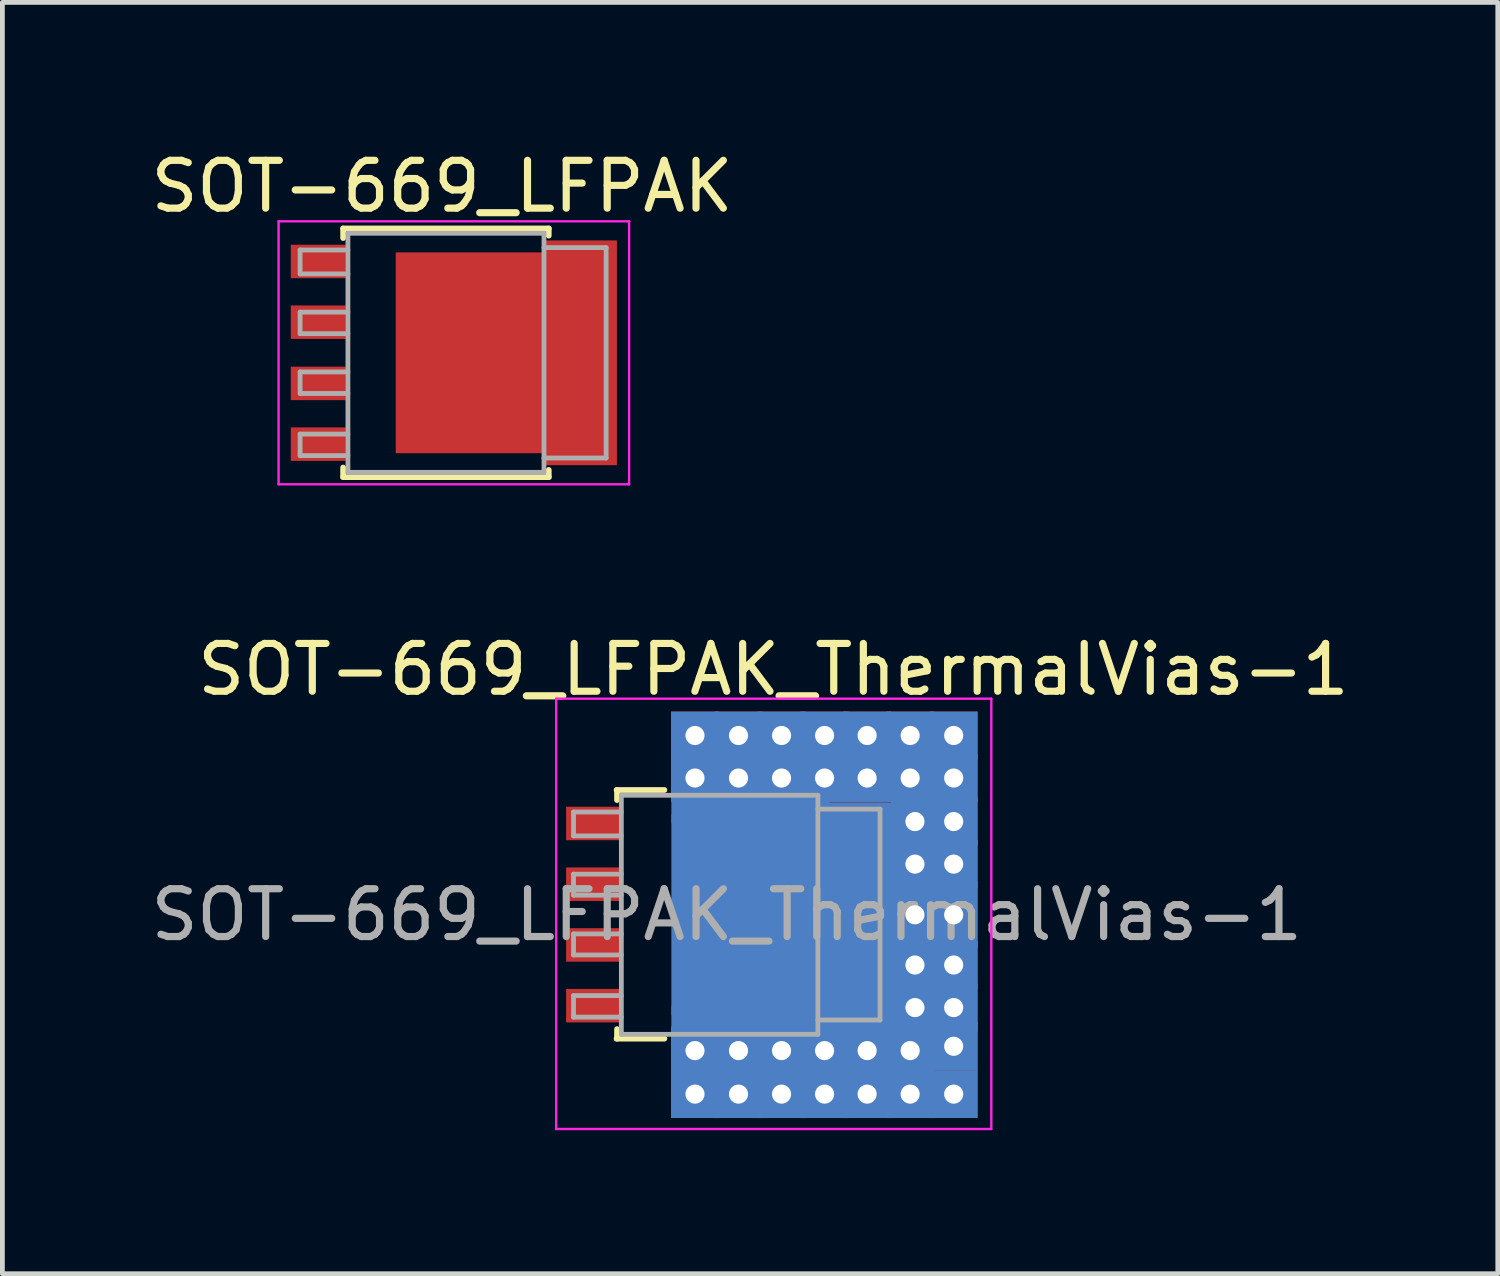
<source format=kicad_pcb>
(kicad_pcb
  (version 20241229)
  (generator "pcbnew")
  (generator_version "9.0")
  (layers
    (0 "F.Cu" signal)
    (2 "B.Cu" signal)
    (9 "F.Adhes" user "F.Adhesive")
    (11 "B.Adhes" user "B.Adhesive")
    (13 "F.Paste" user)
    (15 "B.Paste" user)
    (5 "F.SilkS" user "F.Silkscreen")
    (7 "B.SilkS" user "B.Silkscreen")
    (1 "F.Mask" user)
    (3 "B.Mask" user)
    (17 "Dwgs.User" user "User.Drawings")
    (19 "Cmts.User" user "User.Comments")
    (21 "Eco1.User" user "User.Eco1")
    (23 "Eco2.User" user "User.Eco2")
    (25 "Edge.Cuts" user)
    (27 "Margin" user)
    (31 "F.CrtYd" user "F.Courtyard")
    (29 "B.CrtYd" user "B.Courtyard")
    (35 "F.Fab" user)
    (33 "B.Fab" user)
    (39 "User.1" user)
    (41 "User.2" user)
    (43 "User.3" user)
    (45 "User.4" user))
  (footprint "SOT-669_LFPAK_ThermalVias-1"
    (layer "F.Cu")
    (at 12.199 16.081)
    (property "Reference" "SOT-669_LFPAK_ThermalVias-1" (at 0.925 -5.13 0) (layer "F.SilkS") (effects (font (size 1 1) (thickness 0.15))))
    (attr smd)
    (fp_line (start -2.355 -2.61) (end -1.355 -2.61) (stroke (width 0.12) (type solid)) (layer "F.SilkS"))
    (fp_line (start -2.355 2.59) (end -1.355 2.59) (stroke (width 0.12) (type solid)) (layer "F.SilkS"))
    (fp_line (start -2.345 -2.61) (end -2.345 -2.4) (stroke (width 0.12) (type solid)) (layer "F.SilkS"))
    (fp_line (start -2.345 2.39) (end -2.345 2.59) (stroke (width 0.12) (type solid)) (layer "F.SilkS"))
    (fp_line (start -3.618 4.48) (end -3.618 -4.52) (stroke (width 0.05) (type solid)) (layer "F.CrtYd"))
    (fp_line (start -3.618 4.48) (end 5.482 4.48) (stroke (width 0.05) (type solid)) (layer "F.CrtYd"))
    (fp_line (start 5.482 -4.52) (end -3.618 -4.52) (stroke (width 0.05) (type solid)) (layer "F.CrtYd"))
    (fp_line (start 5.482 -4.52) (end 5.482 4.48) (stroke (width 0.05) (type solid)) (layer "F.CrtYd"))
    (fp_line (start -3.255 -2.15) (end -3.255 -1.65) (stroke (width 0.1) (type solid)) (layer "F.Fab"))
    (fp_line (start -3.255 -2.15) (end -2.255 -2.15) (stroke (width 0.1) (type solid)) (layer "F.Fab"))
    (fp_line (start -3.255 -1.65) (end -2.255 -1.65) (stroke (width 0.1) (type solid)) (layer "F.Fab"))
    (fp_line (start -3.255 -0.85) (end -3.255 -0.41) (stroke (width 0.1) (type solid)) (layer "F.Fab"))
    (fp_line (start -3.255 -0.41) (end -2.255 -0.41) (stroke (width 0.1) (type solid)) (layer "F.Fab"))
    (fp_line (start -3.255 0.4) (end -3.255 0.84) (stroke (width 0.1) (type solid)) (layer "F.Fab"))
    (fp_line (start -3.255 0.84) (end -2.255 0.84) (stroke (width 0.1) (type solid)) (layer "F.Fab"))
    (fp_line (start -3.255 1.69) (end -3.255 2.14) (stroke (width 0.1) (type solid)) (layer "F.Fab"))
    (fp_line (start -3.255 2.14) (end -2.255 2.14) (stroke (width 0.1) (type solid)) (layer "F.Fab"))
    (fp_line (start -2.255 -2.5) (end -2.255 2.5) (stroke (width 0.1) (type solid)) (layer "F.Fab"))
    (fp_line (start -2.255 -0.85) (end -3.255 -0.85) (stroke (width 0.1) (type solid)) (layer "F.Fab"))
    (fp_line (start -2.255 0.4) (end -3.255 0.4) (stroke (width 0.1) (type solid)) (layer "F.Fab"))
    (fp_line (start -2.255 1.69) (end -3.255 1.69) (stroke (width 0.1) (type solid)) (layer "F.Fab"))
    (fp_line (start -2.255 2.5) (end 1.855 2.5) (stroke (width 0.1) (type solid)) (layer "F.Fab"))
    (fp_line (start 1.855 -2.5) (end -2.255 -2.5) (stroke (width 0.1) (type solid)) (layer "F.Fab"))
    (fp_line (start 1.855 2.5) (end 1.855 -2.5) (stroke (width 0.1) (type solid)) (layer "F.Fab"))
    (fp_line (start 3.155 -2.21) (end 1.855 -2.21) (stroke (width 0.1) (type solid)) (layer "F.Fab"))
    (fp_line (start 3.155 -2.21) (end 3.155 2.2) (stroke (width 0.1) (type solid)) (layer "F.Fab"))
    (fp_line (start 3.155 2.2) (end 1.855 2.2) (stroke (width 0.1) (type solid)) (layer "F.Fab"))
    (fp_text user "${REFERENCE}" (at -0.05 0 0) (layer "F.Fab") (effects (font (size 1 1) (thickness 0.15))))
    (pad "1" smd rect (at -2.835 -1.91 270) (size 0.7 1.15) (layers "F.Cu" "F.Mask" "F.Paste"))
    (pad "2" smd rect (at -2.835 -0.64 270) (size 0.7 1.15) (layers "F.Cu" "F.Mask" "F.Paste"))
    (pad "3" smd rect (at -2.835 0.63 270) (size 0.7 1.15) (layers "F.Cu" "F.Mask" "F.Paste"))
    (pad "4" smd rect (at -2.835 1.9 270) (size 0.7 1.15) (layers "F.Cu" "F.Mask" "F.Paste"))
    (pad "5" thru_hole rect (at -0.715 -3.75 270) (size 1 1) (drill 0.4) (layers "*.Cu" "*.Mask"))
    (pad "5" thru_hole rect (at -0.715 -2.86 270) (size 1 1) (drill 0.4) (layers "*.Cu" "*.Mask"))
    (pad "5" thru_hole rect (at -0.715 2.84 270) (size 1 1) (drill 0.4) (layers "*.Cu" "*.Mask"))
    (pad "5" thru_hole rect (at -0.715 3.75 270) (size 1 1) (drill 0.4) (layers "*.Cu" "*.Mask"))
    (pad "5" smd rect (at -0.655 -1.15) (size 0.6 0.9) (layers "F.Cu" "F.Mask" "F.Paste"))
    (pad "5" smd rect (at -0.655 0) (size 0.6 0.9) (layers "F.Cu" "F.Mask" "F.Paste"))
    (pad "5" smd rect (at -0.655 1.14) (size 0.6 0.9) (layers "F.Cu" "F.Mask" "F.Paste"))
    (pad "5" thru_hole rect (at 0.195 -3.75 270) (size 1 1) (drill 0.4) (layers "*.Cu" "*.Mask"))
    (pad "5" thru_hole rect (at 0.195 -2.86 270) (size 1 1) (drill 0.4) (layers "*.Cu" "*.Mask"))
    (pad "5" smd rect (at 0.195 -1.15) (size 0.6 0.9) (layers "F.Cu" "F.Mask" "F.Paste"))
    (pad "5" smd rect (at 0.195 0) (size 0.6 0.9) (layers "F.Cu" "F.Mask" "F.Paste"))
    (pad "5" smd rect (at 0.195 1.14) (size 0.6 0.9) (layers "F.Cu" "F.Mask" "F.Paste"))
    (pad "5" thru_hole rect (at 0.195 2.84 270) (size 1 1) (drill 0.4) (layers "*.Cu" "*.Mask"))
    (pad "5" thru_hole rect (at 0.195 3.75 270) (size 1 1) (drill 0.4) (layers "*.Cu" "*.Mask"))
    (pad "5" smd rect (at 0.445 -2.21 270) (size 0.6 3.3) (layers "F.Cu" "F.Mask" "F.Paste"))
    (pad "5" smd rect (at 0.445 -2.21 270) (size 0.6 3.3) (layers "B.Cu" "B.Mask" "B.Paste"))
    (pad "5" smd rect (at 0.445 0 270) (size 4.2 3.3) (layers "F.Cu" "F.Mask" "F.Paste"))
    (pad "5" smd rect (at 0.445 0 270) (size 4.2 3.3) (layers "B.Cu" "B.Mask" "B.Paste"))
    (pad "5" smd rect (at 0.445 2.2 270) (size 0.6 3.3) (layers "F.Cu" "F.Mask" "F.Paste"))
    (pad "5" smd rect (at 0.445 2.2 270) (size 0.6 3.3) (layers "B.Cu" "B.Mask" "B.Paste"))
    (pad "5" smd rect (at 1.045 -1.15) (size 0.6 0.9) (layers "F.Cu" "F.Mask" "F.Paste"))
    (pad "5" smd rect (at 1.045 0) (size 0.6 0.9) (layers "F.Cu" "F.Mask" "F.Paste"))
    (pad "5" smd rect (at 1.045 1.14) (size 0.6 0.9) (layers "F.Cu" "F.Mask" "F.Paste"))
    (pad "5" thru_hole rect (at 1.095 -3.75 270) (size 1 1) (drill 0.4) (layers "*.Cu" "*.Mask"))
    (pad "5" thru_hole rect (at 1.095 -2.86 270) (size 1 1) (drill 0.4) (layers "*.Cu" "*.Mask"))
    (pad "5" thru_hole rect (at 1.095 2.84 270) (size 1 1) (drill 0.4) (layers "*.Cu" "*.Mask"))
    (pad "5" thru_hole rect (at 1.095 3.75 270) (size 1 1) (drill 0.4) (layers "*.Cu" "*.Mask"))
    (pad "5" smd rect (at 1.745 -2.25 270) (size 0.5 0.5) (layers "F.Cu" "F.Mask" "F.Paste"))
    (pad "5" smd rect (at 1.745 2.25 270) (size 0.5 0.5) (layers "F.Cu" "F.Mask" "F.Paste"))
    (pad "5" thru_hole rect (at 1.995 -3.75 270) (size 1 1) (drill 0.4) (layers "*.Cu" "*.Mask"))
    (pad "5" thru_hole rect (at 1.995 -2.86 270) (size 1 1) (drill 0.4) (layers "*.Cu" "*.Mask"))
    (pad "5" thru_hole rect (at 1.995 2.84 270) (size 1 1) (drill 0.4) (layers "*.Cu" "*.Mask"))
    (pad "5" thru_hole rect (at 1.995 3.75 270) (size 1 1) (drill 0.4) (layers "*.Cu" "*.Mask"))
    (pad "5" smd rect (at 2.635 0 270) (size 4.7 1.55) (layers "F.Cu" "F.Mask" "F.Paste"))
    (pad "5" smd rect (at 2.635 0 270) (size 4.7 1.55) (layers "B.Cu" "B.Mask" "B.Paste"))
    (pad "5" thru_hole rect (at 2.885 -3.75 270) (size 1 1) (drill 0.4) (layers "*.Cu" "*.Mask"))
    (pad "5" thru_hole rect (at 2.885 -2.86 270) (size 1 1) (drill 0.4) (layers "*.Cu" "*.Mask"))
    (pad "5" smd rect (at 2.885 -1.88 270) (size 0.6 0.9) (layers "F.Cu" "F.Mask" "F.Paste"))
    (pad "5" smd rect (at 2.885 -0.6 270) (size 0.6 0.9) (layers "F.Cu" "F.Mask" "F.Paste"))
    (pad "5" smd rect (at 2.885 0.59 270) (size 0.6 0.9) (layers "F.Cu" "F.Mask" "F.Paste"))
    (pad "5" smd rect (at 2.885 1.87 270) (size 0.6 0.9) (layers "F.Cu" "F.Mask" "F.Paste"))
    (pad "5" thru_hole rect (at 2.885 2.84 270) (size 1 1) (drill 0.4) (layers "*.Cu" "*.Mask"))
    (pad "5" thru_hole rect (at 2.885 3.75 270) (size 1 1) (drill 0.4) (layers "*.Cu" "*.Mask"))
    (pad "5" thru_hole rect (at 3.785 -3.75 270) (size 1 1) (drill 0.4) (layers "*.Cu" "*.Mask"))
    (pad "5" thru_hole rect (at 3.785 -2.86 270) (size 1 1) (drill 0.4) (layers "*.Cu" "*.Mask"))
    (pad "5" thru_hole rect (at 3.785 2.84 270) (size 1 1) (drill 0.4) (layers "*.Cu" "*.Mask"))
    (pad "5" thru_hole rect (at 3.785 3.75 270) (size 1 1) (drill 0.4) (layers "*.Cu" "*.Mask"))
    (pad "5" thru_hole rect (at 3.885 -1.95 270) (size 1 1) (drill 0.4) (layers "*.Cu" "*.Mask"))
    (pad "5" thru_hole rect (at 3.885 -1.06 270) (size 1 1) (drill 0.4) (layers "*.Cu" "*.Mask"))
    (pad "5" thru_hole rect (at 3.885 0 270) (size 1.4 1) (drill 0.4) (layers "*.Cu" "*.Mask"))
    (pad "5" thru_hole rect (at 3.885 1.05 270) (size 1 1) (drill 0.4) (layers "*.Cu" "*.Mask"))
    (pad "5" thru_hole rect (at 3.885 1.94 270) (size 1 1) (drill 0.4) (layers "*.Cu" "*.Mask"))
    (pad "5" thru_hole rect (at 4.695 -3.75 270) (size 1 1) (drill 0.4) (layers "*.Cu" "*.Mask"))
    (pad "5" thru_hole rect (at 4.695 -2.86 270) (size 1 1) (drill 0.4) (layers "*.Cu" "*.Mask"))
    (pad "5" thru_hole rect (at 4.695 -1.95 270) (size 1 1) (drill 0.4) (layers "*.Cu" "*.Mask"))
    (pad "5" thru_hole rect (at 4.695 -1.06 270) (size 1 1) (drill 0.4) (layers "*.Cu" "*.Mask"))
    (pad "5" thru_hole rect (at 4.695 0 270) (size 1.4 1) (drill 0.4) (layers "*.Cu" "*.Mask"))
    (pad "5" thru_hole rect (at 4.695 1.05 270) (size 1 1) (drill 0.4) (layers "*.Cu" "*.Mask"))
    (pad "5" thru_hole rect (at 4.695 1.94 270) (size 1 1) (drill 0.4) (layers "*.Cu" "*.Mask"))
    (pad "5" thru_hole rect (at 4.695 2.75 270) (size 1 1) (drill 0.4) (layers "*.Cu" "*.Mask"))
    (pad "5" thru_hole rect (at 4.695 3.75 270) (size 1 1) (drill 0.4) (layers "*.Cu" "*.Mask")))
  (footprint "SOT-669_LFPAK"
    (layer "F.Cu")
    (at 6.466 4.328)
    (property "Reference" "SOT-669_LFPAK" (at -0.27 -3.48 0) (layer "F.SilkS") (effects (font (size 1 1) (thickness 0.15))))
    (attr smd)
    (fp_line (start -2.34 -2.6) (end -2.34 -2.4) (stroke (width 0.12) (type solid)) (layer "F.SilkS"))
    (fp_line (start -2.34 2.4) (end -2.34 2.6) (stroke (width 0.12) (type solid)) (layer "F.SilkS"))
    (fp_line (start -2.34 2.6) (end 1.96 2.6) (stroke (width 0.12) (type solid)) (layer "F.SilkS"))
    (fp_line (start 1.96 -2.6) (end -2.34 -2.6) (stroke (width 0.12) (type solid)) (layer "F.SilkS"))
    (fp_line (start 1.96 -2.45) (end 1.96 -2.6) (stroke (width 0.12) (type solid)) (layer "F.SilkS"))
    (fp_line (start 1.96 2.6) (end 1.96 2.45) (stroke (width 0.12) (type solid)) (layer "F.SilkS"))
    (fp_line (start -3.69 2.75) (end -3.69 -2.75) (stroke (width 0.05) (type solid)) (layer "F.CrtYd"))
    (fp_line (start -3.69 2.75) (end 3.64 2.75) (stroke (width 0.05) (type solid)) (layer "F.CrtYd"))
    (fp_line (start 3.64 -2.75) (end -3.69 -2.75) (stroke (width 0.05) (type solid)) (layer "F.CrtYd"))
    (fp_line (start 3.64 -2.75) (end 3.64 2.75) (stroke (width 0.05) (type solid)) (layer "F.CrtYd"))
    (fp_line (start -3.24 -2.15) (end -3.24 -1.65) (stroke (width 0.1) (type solid)) (layer "F.Fab"))
    (fp_line (start -3.24 -2.15) (end -2.24 -2.15) (stroke (width 0.1) (type solid)) (layer "F.Fab"))
    (fp_line (start -3.24 -1.65) (end -2.24 -1.65) (stroke (width 0.1) (type solid)) (layer "F.Fab"))
    (fp_line (start -3.24 -0.85) (end -3.24 -0.4) (stroke (width 0.1) (type solid)) (layer "F.Fab"))
    (fp_line (start -3.24 -0.4) (end -2.24 -0.4) (stroke (width 0.1) (type solid)) (layer "F.Fab"))
    (fp_line (start -3.24 0.4) (end -3.24 0.85) (stroke (width 0.1) (type solid)) (layer "F.Fab"))
    (fp_line (start -3.24 0.85) (end -2.24 0.85) (stroke (width 0.1) (type solid)) (layer "F.Fab"))
    (fp_line (start -3.24 1.7) (end -3.24 2.15) (stroke (width 0.1) (type solid)) (layer "F.Fab"))
    (fp_line (start -3.24 2.15) (end -2.24 2.15) (stroke (width 0.1) (type solid)) (layer "F.Fab"))
    (fp_line (start -2.24 -2.5) (end -2.24 2.5) (stroke (width 0.1) (type solid)) (layer "F.Fab"))
    (fp_line (start -2.24 -0.85) (end -3.24 -0.85) (stroke (width 0.1) (type solid)) (layer "F.Fab"))
    (fp_line (start -2.24 0.4) (end -3.24 0.4) (stroke (width 0.1) (type solid)) (layer "F.Fab"))
    (fp_line (start -2.24 1.7) (end -3.24 1.7) (stroke (width 0.1) (type solid)) (layer "F.Fab"))
    (fp_line (start -2.24 2.5) (end 1.86 2.5) (stroke (width 0.1) (type solid)) (layer "F.Fab"))
    (fp_line (start 1.86 -2.5) (end -2.24 -2.5) (stroke (width 0.1) (type solid)) (layer "F.Fab"))
    (fp_line (start 1.86 2.5) (end 1.86 -2.5) (stroke (width 0.1) (type solid)) (layer "F.Fab"))
    (fp_line (start 3.16 -2.2) (end 1.86 -2.2) (stroke (width 0.1) (type solid)) (layer "F.Fab"))
    (fp_line (start 3.16 -2.2) (end 3.16 2.2) (stroke (width 0.1) (type solid)) (layer "F.Fab"))
    (fp_line (start 3.16 2.2) (end 1.86 2.2) (stroke (width 0.1) (type solid)) (layer "F.Fab"))
    (pad "" smd rect (at -0.69 -1.15) (size 0.6 0.9) (layers "F.Paste"))
    (pad "" smd rect (at -0.69 0) (size 0.6 0.9) (layers "F.Paste"))
    (pad "" smd rect (at -0.69 1.15) (size 0.6 0.9) (layers "F.Paste"))
    (pad "" smd rect (at 0.16 -1.15) (size 0.6 0.9) (layers "F.Paste"))
    (pad "" smd rect (at 0.16 0) (size 0.6 0.9) (layers "F.Paste"))
    (pad "" smd rect (at 0.16 1.15) (size 0.6 0.9) (layers "F.Paste"))
    (pad "" smd rect (at 1.01 -1.15) (size 0.6 0.9) (layers "F.Paste"))
    (pad "" smd rect (at 1.01 0) (size 0.6 0.9) (layers "F.Paste"))
    (pad "" smd rect (at 1.01 1.15) (size 0.6 0.9) (layers "F.Paste"))
    (pad "" smd rect (at 2.86 -1.88 270) (size 0.6 0.9) (layers "F.Paste"))
    (pad "" smd rect (at 2.86 -0.6 270) (size 0.6 0.9) (layers "F.Paste"))
    (pad "" smd rect (at 2.86 0.6 270) (size 0.6 0.9) (layers "F.Paste"))
    (pad "" smd rect (at 2.86 1.88 270) (size 0.6 0.9) (layers "F.Paste"))
    (pad "1" smd rect (at -2.86 -1.91 270) (size 0.7 1.15) (layers "F.Cu" "F.Mask" "F.Paste"))
    (pad "2" smd rect (at -2.86 -0.64 270) (size 0.7 1.15) (layers "F.Cu" "F.Mask" "F.Paste"))
    (pad "3" smd rect (at -2.86 0.64 270) (size 0.7 1.15) (layers "F.Cu" "F.Mask" "F.Paste"))
    (pad "4" smd rect (at -2.86 1.91 270) (size 0.7 1.15) (layers "F.Cu" "F.Mask" "F.Paste"))
    (pad "5" smd rect (at 0.41 0 270) (size 4.2 3.3) (layers "F.Cu" "F.Mask"))
    (pad "5" smd rect (at 2.61 0 270) (size 4.7 1.55) (layers "F.Cu" "F.Mask")))
  (gr_rect
    (start -3 -3)
    (end 28.273 23.587)
    (stroke (width 0.1) (type default))
    (fill no)
    (layer "Edge.Cuts")))
</source>
